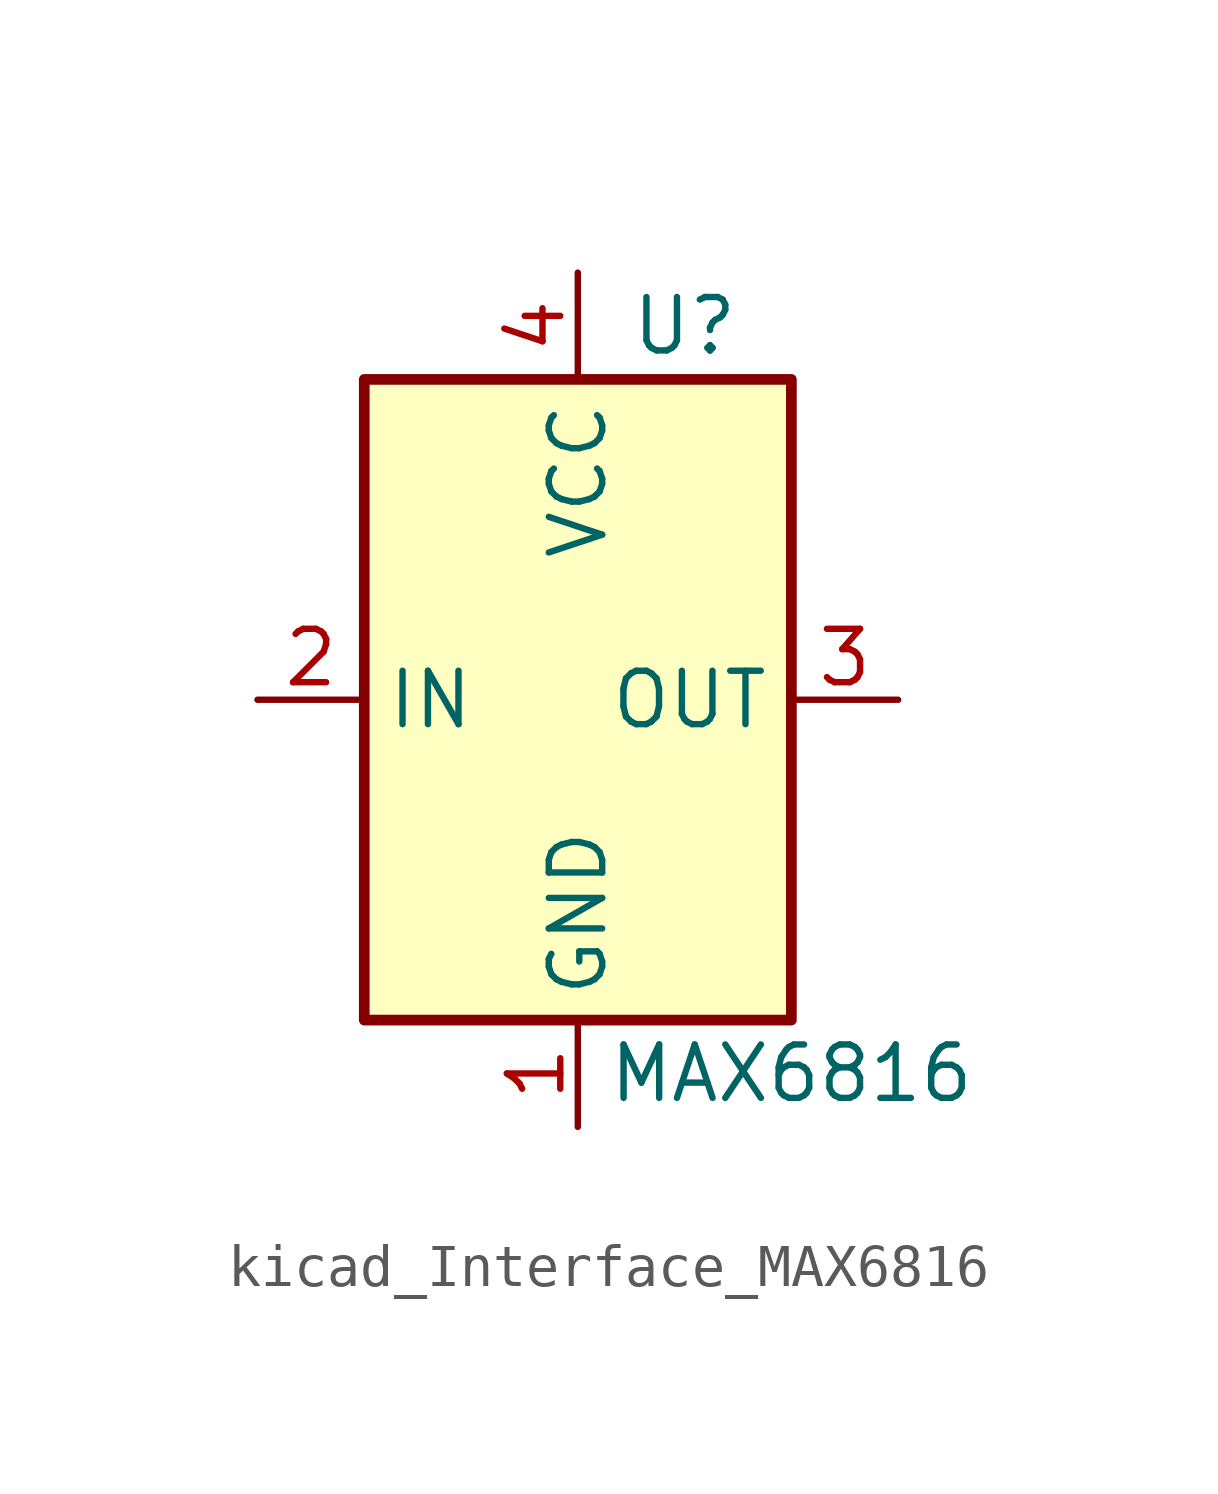
<source format=kicad_sym>
(kicad_symbol_lib
  (version 20220914)
  (generator kicad_symbol_editor)
  (symbol "kicad_Interface_MAX6816"
    (property "Reference" "U"
      (at 2.54 8.89 0)
      (effects (font (size 1.27 1.27))))
    (property "Value" "MAX6816"
      (at 5.08 -8.89 0)
      (effects (font (size 1.27 1.27))))
    (symbol "kicad_Interface_MAX6816_0_1"
      (rectangle (start -5.08 7.62) (end 5.08 -7.62) (stroke (width 0.254) (type default)) (fill (type background))))
    (symbol "kicad_Interface_MAX6816_1_1"
      (pin power_in line (at 0 -10.16 90) (length 2.54) (name "GND" (effects (font (size 1.27 1.27)))) (number "1" (effects (font (size 1.27 1.27)))))
      (pin input line (at -7.62 0 0) (length 2.54) (name "IN" (effects (font (size 1.27 1.27)))) (number "2" (effects (font (size 1.27 1.27)))))
      (pin output line (at 7.62 0 180) (length 2.54) (name "OUT" (effects (font (size 1.27 1.27)))) (number "3" (effects (font (size 1.27 1.27)))))
      (pin power_in line (at 0 10.16 270) (length 2.54) (name "VCC" (effects (font (size 1.27 1.27)))) (number "4" (effects (font (size 1.27 1.27))))))))
</source>
